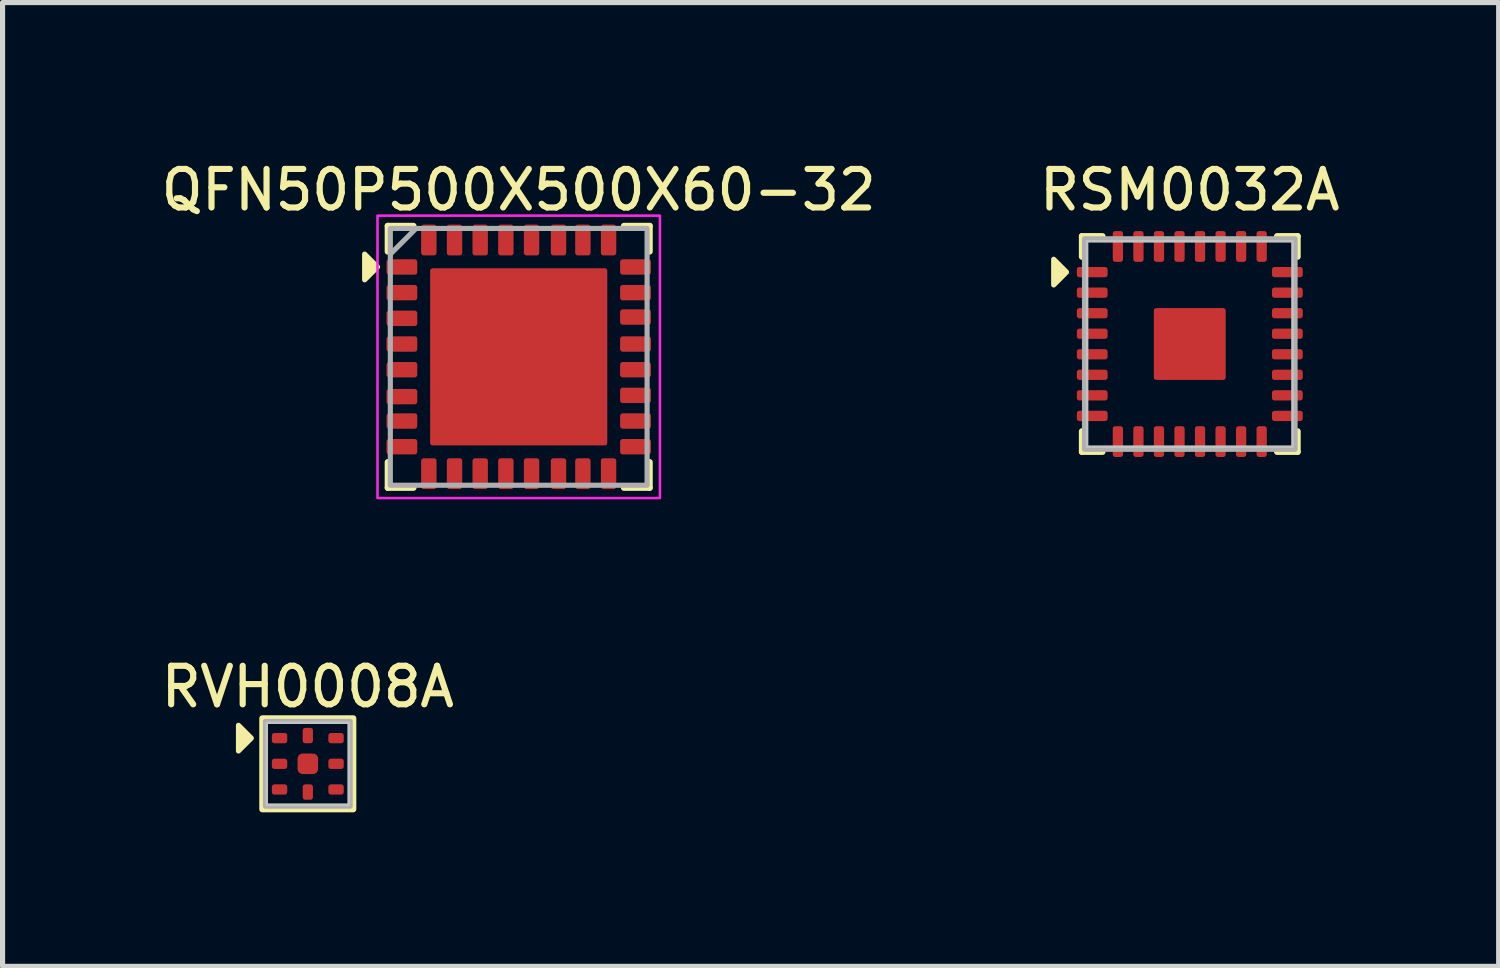
<source format=kicad_pcb>
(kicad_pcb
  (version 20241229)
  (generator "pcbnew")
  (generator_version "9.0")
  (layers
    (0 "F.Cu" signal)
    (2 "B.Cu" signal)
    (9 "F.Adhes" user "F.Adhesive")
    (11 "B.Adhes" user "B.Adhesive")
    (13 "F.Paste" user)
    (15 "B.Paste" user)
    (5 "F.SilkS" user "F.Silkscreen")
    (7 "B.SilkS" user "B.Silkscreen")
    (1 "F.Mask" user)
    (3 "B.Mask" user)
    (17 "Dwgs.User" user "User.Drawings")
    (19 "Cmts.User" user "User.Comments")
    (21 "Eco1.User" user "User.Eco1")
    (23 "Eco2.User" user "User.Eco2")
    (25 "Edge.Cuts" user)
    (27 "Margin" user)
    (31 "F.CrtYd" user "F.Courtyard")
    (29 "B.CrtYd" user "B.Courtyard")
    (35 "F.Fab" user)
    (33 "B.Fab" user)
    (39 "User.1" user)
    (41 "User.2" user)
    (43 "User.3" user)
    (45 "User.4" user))
  (footprint "QFN50P500X500X60-32"
    (layer "F.Cu")
    (at 7.051 3.899)
    (property "Reference" "QFN50P500X500X60-32" (at 0 -3.25 0) (unlocked yes) (layer "F.SilkS") (effects (font (size 0.75 0.75) (thickness 0.12))))
    (attr smd)
    (fp_line (start -2.55 -2.55) (end -2.55 -2.05) (stroke (width 0.12) (type solid)) (layer "F.SilkS"))
    (fp_line (start -2.55 -2.55) (end -2.05 -2.55) (stroke (width 0.12) (type solid)) (layer "F.SilkS"))
    (fp_line (start -2.55 2.55) (end -2.55 2.05) (stroke (width 0.12) (type solid)) (layer "F.SilkS"))
    (fp_line (start -2.55 2.55) (end -2.05 2.55) (stroke (width 0.12) (type solid)) (layer "F.SilkS"))
    (fp_line (start 2.55 -2.55) (end 2.05 -2.55) (stroke (width 0.12) (type solid)) (layer "F.SilkS"))
    (fp_line (start 2.55 -2.55) (end 2.55 -2.05) (stroke (width 0.12) (type solid)) (layer "F.SilkS"))
    (fp_line (start 2.55 2.55) (end 2.05 2.55) (stroke (width 0.12) (type solid)) (layer "F.SilkS"))
    (fp_line (start 2.55 2.55) (end 2.55 2.05) (stroke (width 0.12) (type solid)) (layer "F.SilkS"))
    (fp_poly (pts (xy -2.75 -1.75) (xy -3 -1.5) (xy -3 -2)) (stroke (width 0.1) (type solid)) (fill yes) (layer "F.SilkS"))
    (fp_rect (start -2.75 -2.75) (end 2.75 2.75) (stroke (width 0.05) (type solid)) (fill no) (layer "F.CrtYd"))
    (fp_line (start -2 -2.5) (end -2.5 -2) (stroke (width 0.1) (type default)) (layer "F.Fab"))
    (fp_rect (start -2.5 -2.5) (end 2.5 2.5) (stroke (width 0.1) (type solid)) (fill no) (layer "F.Fab"))
    (pad "1" smd roundrect (at -2.275 -1.75) (size 0.6 0.3) (layers "F.Cu" "F.Mask" "F.Paste") (roundrect_rratio 0.167))
    (pad "2" smd roundrect (at -2.275 -1.25) (size 0.6 0.3) (layers "F.Cu" "F.Mask" "F.Paste") (roundrect_rratio 0.167))
    (pad "3" smd roundrect (at -2.275 -0.75) (size 0.6 0.3) (layers "F.Cu" "F.Mask" "F.Paste") (roundrect_rratio 0.167))
    (pad "4" smd roundrect (at -2.275 -0.25) (size 0.6 0.3) (layers "F.Cu" "F.Mask" "F.Paste") (roundrect_rratio 0.167))
    (pad "5" smd roundrect (at -2.275 0.25) (size 0.6 0.3) (layers "F.Cu" "F.Mask" "F.Paste") (roundrect_rratio 0.167))
    (pad "6" smd roundrect (at -2.275 0.775) (size 0.6 0.3) (layers "F.Cu" "F.Mask" "F.Paste") (roundrect_rratio 0.167))
    (pad "7" smd roundrect (at -2.275 1.25) (size 0.6 0.3) (layers "F.Cu" "F.Mask" "F.Paste") (roundrect_rratio 0.167))
    (pad "8" smd roundrect (at -2.275 1.75) (size 0.6 0.3) (layers "F.Cu" "F.Mask" "F.Paste") (roundrect_rratio 0.167))
    (pad "9" smd roundrect (at -1.75 2.275 90) (size 0.6 0.3) (layers "F.Cu" "F.Mask" "F.Paste") (roundrect_rratio 0.167))
    (pad "10" smd roundrect (at -1.25 2.275 90) (size 0.6 0.3) (layers "F.Cu" "F.Mask" "F.Paste") (roundrect_rratio 0.167))
    (pad "11" smd roundrect (at -0.75 2.275 90) (size 0.6 0.3) (layers "F.Cu" "F.Mask" "F.Paste") (roundrect_rratio 0.167))
    (pad "12" smd roundrect (at -0.25 2.275 90) (size 0.6 0.3) (layers "F.Cu" "F.Mask" "F.Paste") (roundrect_rratio 0.167))
    (pad "13" smd roundrect (at 0.25 2.275 90) (size 0.6 0.3) (layers "F.Cu" "F.Mask" "F.Paste") (roundrect_rratio 0.167))
    (pad "14" smd roundrect (at 0.775 2.275 90) (size 0.6 0.3) (layers "F.Cu" "F.Mask" "F.Paste") (roundrect_rratio 0.167))
    (pad "15" smd roundrect (at 1.25 2.275 90) (size 0.6 0.3) (layers "F.Cu" "F.Mask" "F.Paste") (roundrect_rratio 0.167))
    (pad "16" smd roundrect (at 1.75 2.275 90) (size 0.6 0.3) (layers "F.Cu" "F.Mask" "F.Paste") (roundrect_rratio 0.167))
    (pad "17" smd roundrect (at 2.275 1.75 180) (size 0.6 0.3) (layers "F.Cu" "F.Mask" "F.Paste") (roundrect_rratio 0.167))
    (pad "18" smd roundrect (at 2.275 1.25 180) (size 0.6 0.3) (layers "F.Cu" "F.Mask" "F.Paste") (roundrect_rratio 0.167))
    (pad "19" smd roundrect (at 2.275 0.75 180) (size 0.6 0.3) (layers "F.Cu" "F.Mask" "F.Paste") (roundrect_rratio 0.167))
    (pad "20" smd roundrect (at 2.275 0.25 180) (size 0.6 0.3) (layers "F.Cu" "F.Mask" "F.Paste") (roundrect_rratio 0.167))
    (pad "21" smd roundrect (at 2.275 -0.25 180) (size 0.6 0.3) (layers "F.Cu" "F.Mask" "F.Paste") (roundrect_rratio 0.167))
    (pad "22" smd roundrect (at 2.275 -0.775 180) (size 0.6 0.3) (layers "F.Cu" "F.Mask" "F.Paste") (roundrect_rratio 0.167))
    (pad "23" smd roundrect (at 2.275 -1.25 180) (size 0.6 0.3) (layers "F.Cu" "F.Mask" "F.Paste") (roundrect_rratio 0.167))
    (pad "24" smd roundrect (at 2.275 -1.75 180) (size 0.6 0.3) (layers "F.Cu" "F.Mask" "F.Paste") (roundrect_rratio 0.167))
    (pad "25" smd roundrect (at 1.75 -2.275 90) (size 0.6 0.3) (layers "F.Cu" "F.Mask" "F.Paste") (roundrect_rratio 0.167))
    (pad "26" smd roundrect (at 1.25 -2.275 90) (size 0.6 0.3) (layers "F.Cu" "F.Mask" "F.Paste") (roundrect_rratio 0.167))
    (pad "27" smd roundrect (at 0.775 -2.275 90) (size 0.6 0.3) (layers "F.Cu" "F.Mask" "F.Paste") (roundrect_rratio 0.167))
    (pad "28" smd roundrect (at 0.25 -2.275 90) (size 0.6 0.3) (layers "F.Cu" "F.Mask" "F.Paste") (roundrect_rratio 0.167))
    (pad "29" smd roundrect (at -0.25 -2.275 90) (size 0.6 0.3) (layers "F.Cu" "F.Mask" "F.Paste") (roundrect_rratio 0.167))
    (pad "30" smd roundrect (at -0.75 -2.275 90) (size 0.6 0.3) (layers "F.Cu" "F.Mask" "F.Paste") (roundrect_rratio 0.167))
    (pad "31" smd roundrect (at -1.25 -2.275 90) (size 0.6 0.3) (layers "F.Cu" "F.Mask" "F.Paste") (roundrect_rratio 0.167))
    (pad "33" smd roundrect (at -1.75 -2.275 90) (size 0.6 0.3) (layers "F.Cu" "F.Mask" "F.Paste") (roundrect_rratio 0.167))
    (pad "33" smd roundrect (at 0 0) (size 3.45 3.45) (layers "F.Cu" "F.Mask" "F.Paste") (roundrect_rratio 0.014)))
  (footprint "RVH0008A"
    (layer "F.Cu")
    (at 2.944 11.824)
    (property "Reference" "RVH0008A" (at 0 -1.5 0) (unlocked yes) (layer "F.SilkS") (effects (font (size 0.75 0.75) (thickness 0.12))))
    (attr smd)
    (fp_rect (start -0.885 -0.885) (end 0.885 0.885) (stroke (width 0.12) (type default)) (fill no) (layer "F.SilkS"))
    (fp_poly (pts (xy -1.1 -0.5) (xy -1.35 -0.25) (xy -1.35 -0.75)) (stroke (width 0.1) (type solid)) (fill yes) (layer "F.SilkS"))
    (fp_rect (start -0.8 -0.8) (end 0.8 0.8) (stroke (width 0.05) (type default)) (fill no) (layer "Dwgs.User"))
    (fp_rect (start -0.825 -0.825) (end 0.825 0.825) (stroke (width 0.1) (type default)) (fill no) (layer "F.Fab"))
    (pad "1" smd roundrect (at -0.55 -0.5) (size 0.3 0.2) (layers "F.Cu" "F.Mask" "F.Paste") (roundrect_rratio 0.25))
    (pad "2" smd roundrect (at -0.55 0) (size 0.3 0.2) (layers "F.Cu" "F.Mask" "F.Paste") (roundrect_rratio 0.25))
    (pad "3" smd roundrect (at -0.55 0.5) (size 0.3 0.2) (layers "F.Cu" "F.Mask" "F.Paste") (roundrect_rratio 0.25))
    (pad "4" smd roundrect (at 0 0.55 90) (size 0.3 0.2) (layers "F.Cu" "F.Mask" "F.Paste") (roundrect_rratio 0.25))
    (pad "5" smd roundrect (at 0.55 0.5) (size 0.3 0.2) (layers "F.Cu" "F.Mask" "F.Paste") (roundrect_rratio 0.25))
    (pad "6" smd roundrect (at 0.55 0) (size 0.3 0.2) (layers "F.Cu" "F.Mask" "F.Paste") (roundrect_rratio 0.25))
    (pad "7" smd roundrect (at 0.55 -0.5) (size 0.3 0.2) (layers "F.Cu" "F.Mask" "F.Paste") (roundrect_rratio 0.25))
    (pad "8" smd roundrect (at 0 -0.55 90) (size 0.3 0.2) (layers "F.Cu" "F.Mask" "F.Paste") (roundrect_rratio 0.25))
    (pad "9" smd roundrect (at 0 0) (size 0.4 0.4) (layers "F.Cu" "F.Mask" "F.Paste") (roundrect_rratio 0.25)))
  (footprint "RSM0032A"
    (layer "F.Cu")
    (at 20.119 3.649)
    (property "Reference" "RSM0032A" (at 0 -3 0) (unlocked yes) (layer "F.SilkS") (effects (font (size 0.75 0.75) (thickness 0.12))))
    (attr smd)
    (fp_line (start -2.1 -2.1) (end -2.1 -1.7) (stroke (width 0.12) (type default)) (layer "F.SilkS"))
    (fp_line (start -2.1 2.1) (end -2.1 1.7) (stroke (width 0.12) (type default)) (layer "F.SilkS"))
    (fp_line (start -2.1 2.1) (end -1.7 2.1) (stroke (width 0.12) (type default)) (layer "F.SilkS"))
    (fp_line (start -1.7 -2.1) (end -2.1 -2.1) (stroke (width 0.12) (type default)) (layer "F.SilkS"))
    (fp_line (start 2.1 -2.1) (end 1.7 -2.1) (stroke (width 0.12) (type default)) (layer "F.SilkS"))
    (fp_line (start 2.1 -2.1) (end 2.1 -1.7) (stroke (width 0.12) (type default)) (layer "F.SilkS"))
    (fp_line (start 2.1 2.1) (end 1.7 2.1) (stroke (width 0.12) (type default)) (layer "F.SilkS"))
    (fp_line (start 2.1 2.1) (end 2.1 1.7) (stroke (width 0.12) (type default)) (layer "F.SilkS"))
    (fp_poly (pts (xy -2.4 -1.4) (xy -2.65 -1.15) (xy -2.65 -1.65)) (stroke (width 0.1) (type solid)) (fill yes) (layer "F.SilkS"))
    (fp_rect (start -2 -2) (end 2 2) (stroke (width 0.05) (type default)) (fill no) (layer "Dwgs.User"))
    (fp_rect (start -2.05 -2.05) (end 2.05 2.05) (stroke (width 0.1) (type default)) (fill no) (layer "F.Fab"))
    (pad "1" smd roundrect (at -1.9 -1.4) (size 0.6 0.2) (layers "F.Cu" "F.Mask" "F.Paste") (roundrect_rratio 0.25))
    (pad "2" smd roundrect (at -1.9 -1) (size 0.6 0.2) (layers "F.Cu" "F.Mask" "F.Paste") (roundrect_rratio 0.25))
    (pad "3" smd roundrect (at -1.9 -0.6) (size 0.6 0.2) (layers "F.Cu" "F.Mask" "F.Paste") (roundrect_rratio 0.25))
    (pad "4" smd roundrect (at -1.9 -0.2) (size 0.6 0.2) (layers "F.Cu" "F.Mask" "F.Paste") (roundrect_rratio 0.25))
    (pad "5" smd roundrect (at -1.9 0.2) (size 0.6 0.2) (layers "F.Cu" "F.Mask" "F.Paste") (roundrect_rratio 0.25))
    (pad "6" smd roundrect (at -1.9 0.6) (size 0.6 0.2) (layers "F.Cu" "F.Mask" "F.Paste") (roundrect_rratio 0.25))
    (pad "7" smd roundrect (at -1.9 1) (size 0.6 0.2) (layers "F.Cu" "F.Mask" "F.Paste") (roundrect_rratio 0.25))
    (pad "8" smd roundrect (at -1.9 1.4) (size 0.6 0.2) (layers "F.Cu" "F.Mask" "F.Paste") (roundrect_rratio 0.25))
    (pad "9" smd roundrect (at -1.4 1.9 270) (size 0.6 0.2) (layers "F.Cu" "F.Mask" "F.Paste") (roundrect_rratio 0.25))
    (pad "10" smd roundrect (at -1 1.9 270) (size 0.6 0.2) (layers "F.Cu" "F.Mask" "F.Paste") (roundrect_rratio 0.25))
    (pad "11" smd roundrect (at -0.6 1.9 270) (size 0.6 0.2) (layers "F.Cu" "F.Mask" "F.Paste") (roundrect_rratio 0.25))
    (pad "12" smd roundrect (at -0.2 1.9 270) (size 0.6 0.2) (layers "F.Cu" "F.Mask" "F.Paste") (roundrect_rratio 0.25))
    (pad "13" smd roundrect (at 0.2 1.9 270) (size 0.6 0.2) (layers "F.Cu" "F.Mask" "F.Paste") (roundrect_rratio 0.25))
    (pad "14" smd roundrect (at 0.6 1.9 270) (size 0.6 0.2) (layers "F.Cu" "F.Mask" "F.Paste") (roundrect_rratio 0.25))
    (pad "15" smd roundrect (at 1 1.9 270) (size 0.6 0.2) (layers "F.Cu" "F.Mask" "F.Paste") (roundrect_rratio 0.25))
    (pad "16" smd roundrect (at 1.4 1.9 270) (size 0.6 0.2) (layers "F.Cu" "F.Mask" "F.Paste") (roundrect_rratio 0.25))
    (pad "17" smd roundrect (at 1.9 1.4) (size 0.6 0.2) (layers "F.Cu" "F.Mask" "F.Paste") (roundrect_rratio 0.25))
    (pad "18" smd roundrect (at 1.9 1) (size 0.6 0.2) (layers "F.Cu" "F.Mask" "F.Paste") (roundrect_rratio 0.25))
    (pad "19" smd roundrect (at 1.9 0.6) (size 0.6 0.2) (layers "F.Cu" "F.Mask" "F.Paste") (roundrect_rratio 0.25))
    (pad "20" smd roundrect (at 1.9 0.2) (size 0.6 0.2) (layers "F.Cu" "F.Mask" "F.Paste") (roundrect_rratio 0.25))
    (pad "21" smd roundrect (at 1.9 -0.2) (size 0.6 0.2) (layers "F.Cu" "F.Mask" "F.Paste") (roundrect_rratio 0.25))
    (pad "22" smd roundrect (at 1.9 -0.6) (size 0.6 0.2) (layers "F.Cu" "F.Mask" "F.Paste") (roundrect_rratio 0.25))
    (pad "23" smd roundrect (at 1.9 -1) (size 0.6 0.2) (layers "F.Cu" "F.Mask" "F.Paste") (roundrect_rratio 0.25))
    (pad "24" smd roundrect (at 1.9 -1.4) (size 0.6 0.2) (layers "F.Cu" "F.Mask" "F.Paste") (roundrect_rratio 0.25))
    (pad "25" smd roundrect (at 1.4 -1.9 90) (size 0.6 0.2) (layers "F.Cu" "F.Mask" "F.Paste") (roundrect_rratio 0.25))
    (pad "26" smd roundrect (at 1 -1.9 90) (size 0.6 0.2) (layers "F.Cu" "F.Mask" "F.Paste") (roundrect_rratio 0.25))
    (pad "27" smd roundrect (at 0.6 -1.9 90) (size 0.6 0.2) (layers "F.Cu" "F.Mask" "F.Paste") (roundrect_rratio 0.25))
    (pad "28" smd roundrect (at 0.2 -1.9 90) (size 0.6 0.2) (layers "F.Cu" "F.Mask" "F.Paste") (roundrect_rratio 0.25))
    (pad "29" smd roundrect (at -0.2 -1.9 90) (size 0.6 0.2) (layers "F.Cu" "F.Mask" "F.Paste") (roundrect_rratio 0.25))
    (pad "30" smd roundrect (at -0.6 -1.9 90) (size 0.6 0.2) (layers "F.Cu" "F.Mask" "F.Paste") (roundrect_rratio 0.25))
    (pad "31" smd roundrect (at -1 -1.9 90) (size 0.6 0.2) (layers "F.Cu" "F.Mask" "F.Paste") (roundrect_rratio 0.25))
    (pad "32" smd roundrect (at -1.4 -1.9 90) (size 0.6 0.2) (layers "F.Cu" "F.Mask" "F.Paste") (roundrect_rratio 0.25))
    (pad "33" smd roundrect (at 0 0) (size 1.4 1.4) (layers "F.Cu" "F.Mask" "F.Paste") (roundrect_rratio 0.036)))
  (gr_rect
    (start -3 -3)
    (end 26.134 15.769)
    (stroke (width 0.1) (type default))
    (fill no)
    (layer "Edge.Cuts")))
</source>
